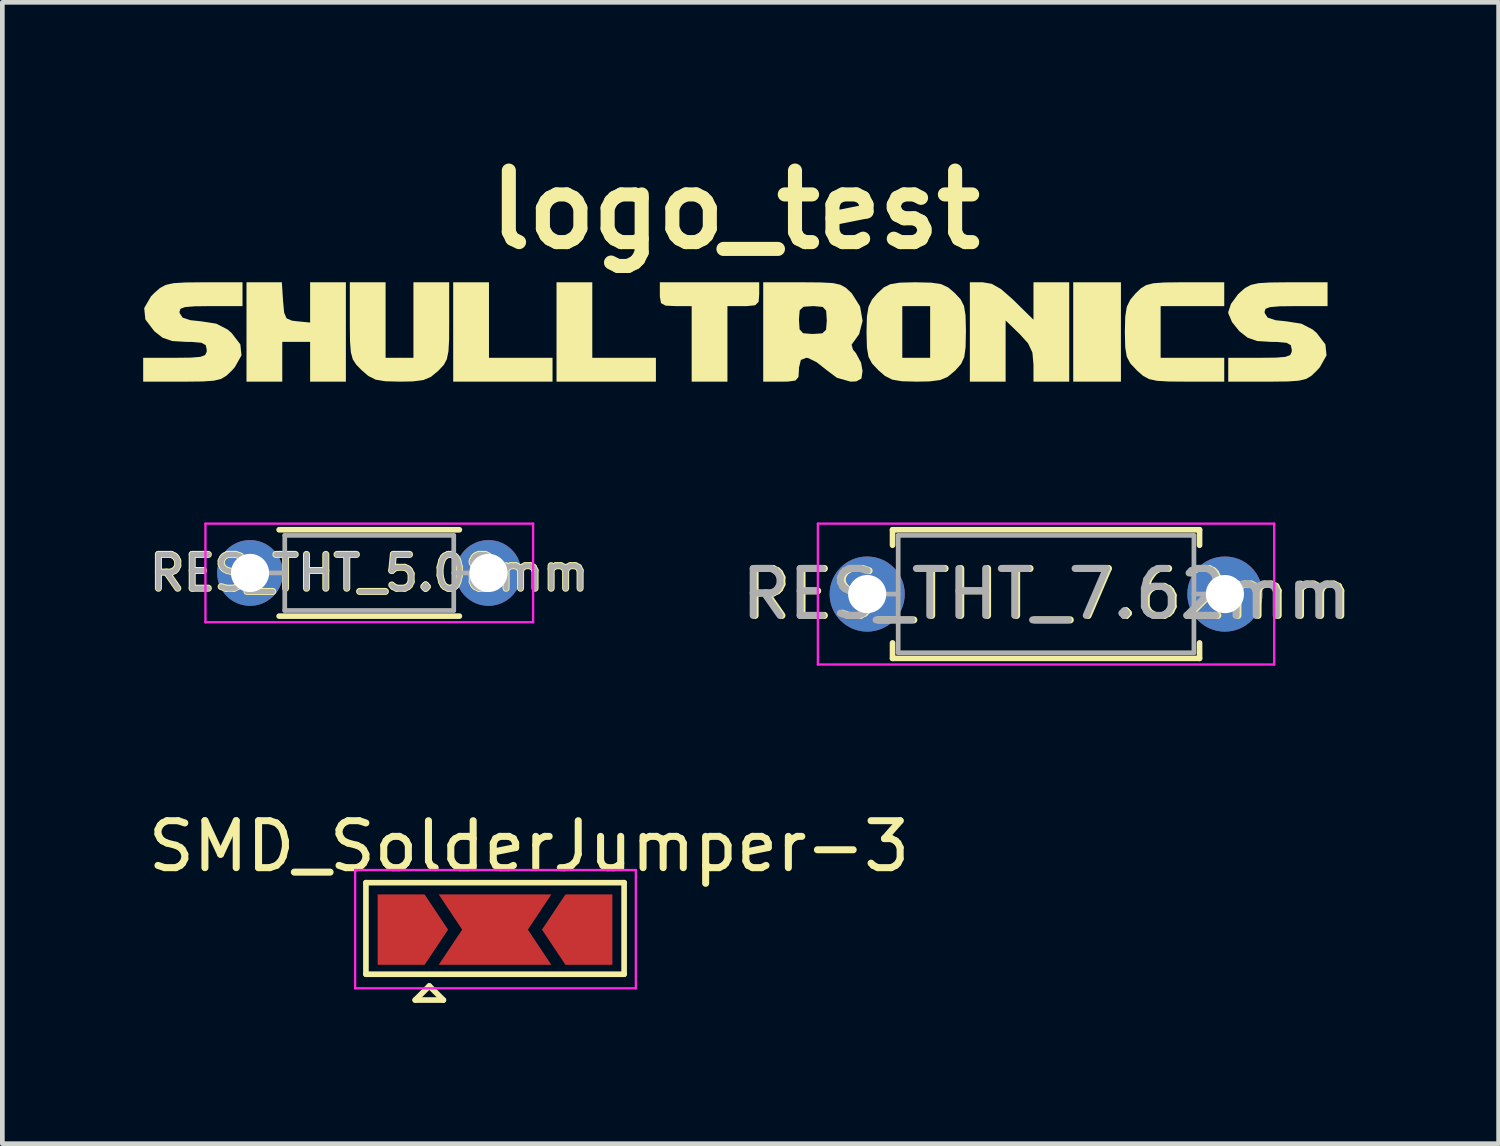
<source format=kicad_pcb>
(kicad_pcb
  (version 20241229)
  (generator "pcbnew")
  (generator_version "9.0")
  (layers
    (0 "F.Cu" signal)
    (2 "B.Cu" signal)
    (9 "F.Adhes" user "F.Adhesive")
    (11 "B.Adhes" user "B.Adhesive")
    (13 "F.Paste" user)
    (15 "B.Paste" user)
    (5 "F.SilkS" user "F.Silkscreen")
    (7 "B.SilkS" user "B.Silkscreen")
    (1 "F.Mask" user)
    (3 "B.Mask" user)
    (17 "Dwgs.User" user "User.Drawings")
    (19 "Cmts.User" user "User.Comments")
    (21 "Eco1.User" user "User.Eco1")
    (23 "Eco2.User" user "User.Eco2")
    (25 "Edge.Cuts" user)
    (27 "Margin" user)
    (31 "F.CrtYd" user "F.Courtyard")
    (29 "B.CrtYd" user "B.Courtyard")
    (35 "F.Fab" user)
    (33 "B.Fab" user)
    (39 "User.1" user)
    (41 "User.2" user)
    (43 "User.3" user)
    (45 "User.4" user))
  (footprint "SMD_SolderJumper-3"
    (layer "F.Cu")
    (at 7.495 16.753)
    (property "Reference" "SMD_SolderJumper-3" (at 0.725 -1.775 0) (layer "F.SilkS") (effects (font (size 1 1) (thickness 0.15))))
    (attr exclude_from_pos_files exclude_from_bom)
    (fp_line (start -2.75 -1) (end 2.75 -1) (stroke (width 0.12) (type solid)) (layer "F.SilkS"))
    (fp_line (start -2.75 0.95) (end -2.75 -1) (stroke (width 0.12) (type solid)) (layer "F.SilkS"))
    (fp_line (start -1.7 1.5) (end -1.1 1.5) (stroke (width 0.12) (type solid)) (layer "F.SilkS"))
    (fp_line (start -1.4 1.2) (end -1.7 1.5) (stroke (width 0.12) (type solid)) (layer "F.SilkS"))
    (fp_line (start -1.1 1.5) (end -1.4 1.2) (stroke (width 0.12) (type solid)) (layer "F.SilkS"))
    (fp_line (start 2.75 -1) (end 2.75 0.95) (stroke (width 0.12) (type solid)) (layer "F.SilkS"))
    (fp_line (start 2.75 0.95) (end -2.75 0.95) (stroke (width 0.12) (type solid)) (layer "F.SilkS"))
    (fp_line (start -2.98 -1.27) (end -2.98 1.25) (stroke (width 0.05) (type solid)) (layer "F.CrtYd"))
    (fp_line (start -2.98 -1.27) (end 3 -1.27) (stroke (width 0.05) (type solid)) (layer "F.CrtYd"))
    (fp_line (start 3 1.25) (end -2.98 1.25) (stroke (width 0.05) (type solid)) (layer "F.CrtYd"))
    (fp_line (start 3 1.25) (end 3 -1.27) (stroke (width 0.05) (type solid)) (layer "F.CrtYd"))
    (pad "" smd rect (at -1.2 0) (size 1.5 1.5) (layers "F.Mask"))
    (pad "" smd rect (at 1.2 0) (size 1.5 1.5) (layers "F.Mask"))
    (pad "1" smd custom (at -2 0) (size 0.3 0.3) (layers "F.Cu" "F.Mask") (options (anchor rect)) (primitives (gr_poly (pts (xy 1 0) (xy 0.5 0.75) (xy -0.5 0.75) (xy -0.5 -0.75) (xy 0.5 -0.75)) (width 0) (fill yes))))
    (pad "2" smd custom (at 0 0) (size 0.3 0.3) (layers "F.Cu") (options (anchor rect)) (primitives (gr_poly (pts (xy 0.7 0) (xy 1.2 0.75) (xy -1.2 0.75) (xy -0.7 0) (xy -1.2 -0.75) (xy 1.2 -0.75)) (width 0) (fill yes))))
    (pad "3" smd custom (at 2 0 180) (size 0.3 0.3) (layers "F.Cu" "F.Mask") (options (anchor rect)) (primitives (gr_poly (pts (xy 1 0) (xy 0.5 0.75) (xy -0.5 0.75) (xy -0.5 -0.75) (xy 0.5 -0.75)) (width 0) (fill yes)))))
  (footprint "RES_THT_5.08mm"
    (layer "F.Cu")
    (at 2.276 9.155)
    (property "Reference" "RES_THT_5.08mm" (at 2.54 0 0) (layer "F.SilkS") (effects (font (size 0.72 0.72) (thickness 0.15))))
    (attr through_hole)
    (fp_line (start 0.62 -0.92) (end 4.46 -0.92) (stroke (width 0.12) (type solid)) (layer "F.SilkS"))
    (fp_line (start 0.62 0.92) (end 4.46 0.92) (stroke (width 0.12) (type solid)) (layer "F.SilkS"))
    (fp_line (start -0.95 -1.05) (end -0.95 1.05) (stroke (width 0.05) (type solid)) (layer "F.CrtYd"))
    (fp_line (start -0.95 1.05) (end 6.03 1.05) (stroke (width 0.05) (type solid)) (layer "F.CrtYd"))
    (fp_line (start 6.03 -1.05) (end -0.95 -1.05) (stroke (width 0.05) (type solid)) (layer "F.CrtYd"))
    (fp_line (start 6.03 1.05) (end 6.03 -1.05) (stroke (width 0.05) (type solid)) (layer "F.CrtYd"))
    (fp_line (start 0 0) (end 0.74 0) (stroke (width 0.1) (type solid)) (layer "F.Fab"))
    (fp_line (start 0.74 -0.8) (end 0.74 0.8) (stroke (width 0.1) (type solid)) (layer "F.Fab"))
    (fp_line (start 0.74 0.8) (end 4.34 0.8) (stroke (width 0.1) (type solid)) (layer "F.Fab"))
    (fp_line (start 4.34 -0.8) (end 0.74 -0.8) (stroke (width 0.1) (type solid)) (layer "F.Fab"))
    (fp_line (start 4.34 0.8) (end 4.34 -0.8) (stroke (width 0.1) (type solid)) (layer "F.Fab"))
    (fp_line (start 5.08 0) (end 4.34 0) (stroke (width 0.1) (type solid)) (layer "F.Fab"))
    (fp_text user "${REFERENCE}" (at 2.54 0 0) (layer "F.Fab") (effects (font (size 0.72 0.72) (thickness 0.108))))
    (pad "1" thru_hole circle (at 0 0) (size 1.4 1.4) (drill 0.813) (layers "*.Cu" "*.Mask"))
    (pad "2" thru_hole oval (at 5.08 0) (size 1.4 1.4) (drill 0.813) (layers "*.Cu" "*.Mask")))
  (footprint "RES_THT_7.62mm"
    (layer "F.Cu")
    (at 15.423 9.605)
    (property "Reference" "RES_THT_7.62mm" (at 3.85 0 0) (layer "F.SilkS") (effects (font (size 1 1) (thickness 0.15))))
    (attr through_hole)
    (fp_line (start 0.54 -1.37) (end 7.08 -1.37) (stroke (width 0.12) (type solid)) (layer "F.SilkS"))
    (fp_line (start 0.54 -1.04) (end 0.54 -1.37) (stroke (width 0.12) (type solid)) (layer "F.SilkS"))
    (fp_line (start 0.54 1.04) (end 0.54 1.37) (stroke (width 0.12) (type solid)) (layer "F.SilkS"))
    (fp_line (start 0.54 1.37) (end 7.08 1.37) (stroke (width 0.12) (type solid)) (layer "F.SilkS"))
    (fp_line (start 7.08 -1.37) (end 7.08 -1.04) (stroke (width 0.12) (type solid)) (layer "F.SilkS"))
    (fp_line (start 7.08 1.37) (end 7.08 1.04) (stroke (width 0.12) (type solid)) (layer "F.SilkS"))
    (fp_line (start -1.05 -1.5) (end -1.05 1.5) (stroke (width 0.05) (type solid)) (layer "F.CrtYd"))
    (fp_line (start -1.05 1.5) (end 8.67 1.5) (stroke (width 0.05) (type solid)) (layer "F.CrtYd"))
    (fp_line (start 8.67 -1.5) (end -1.05 -1.5) (stroke (width 0.05) (type solid)) (layer "F.CrtYd"))
    (fp_line (start 8.67 1.5) (end 8.67 -1.5) (stroke (width 0.05) (type solid)) (layer "F.CrtYd"))
    (fp_line (start 0 0) (end 0.66 0) (stroke (width 0.1) (type solid)) (layer "F.Fab"))
    (fp_line (start 0.66 -1.25) (end 0.66 1.25) (stroke (width 0.1) (type solid)) (layer "F.Fab"))
    (fp_line (start 0.66 1.25) (end 6.96 1.25) (stroke (width 0.1) (type solid)) (layer "F.Fab"))
    (fp_line (start 6.96 -1.25) (end 0.66 -1.25) (stroke (width 0.1) (type solid)) (layer "F.Fab"))
    (fp_line (start 6.96 1.25) (end 6.96 -1.25) (stroke (width 0.1) (type solid)) (layer "F.Fab"))
    (fp_line (start 7.62 0) (end 6.96 0) (stroke (width 0.1) (type solid)) (layer "F.Fab"))
    (fp_text user "${REFERENCE}" (at 3.81 0 0) (layer "F.Fab") (effects (font (size 1 1) (thickness 0.15))))
    (pad "1" thru_hole circle (at 0 0) (size 1.6 1.6) (drill 0.813) (layers "*.Cu" "*.Mask"))
    (pad "2" thru_hole oval (at 7.62 0) (size 1.6 1.6) (drill 0.813) (layers "*.Cu" "*.Mask")))
  (footprint "logo_test"
    (layer "F.Cu")
    (at 12.615 4.318)
    (property "Reference" "logo_test" (at 0 -2.9 0) (layer "F.SilkS") (effects (font (size 1.524 1.524) (thickness 0.3))))
    (attr board_only exclude_from_pos_files exclude_from_bom)
    (fp_poly (pts (xy 8.213 0.762) (xy 7.197 0.762) (xy 7.197 -1.355) (xy 8.213 -1.355)) (stroke (width 0) (type solid)) (fill yes) (layer "F.SilkS"))
    (fp_poly (pts (xy -5.249 0.254) (xy -3.895 0.254) (xy -3.895 0.762) (xy -6.011 0.762) (xy -6.011 -1.355) (xy -5.249 -1.355)) (stroke (width 0) (type solid)) (fill yes) (layer "F.SilkS"))
    (fp_poly (pts (xy -3.048 0.254) (xy -1.693 0.254) (xy -1.693 0.762) (xy -3.81 0.762) (xy -3.81 -1.355) (xy -3.048 -1.355)) (stroke (width 0) (type solid)) (fill yes) (layer "F.SilkS"))
    (fp_poly (pts (xy -9.635 -0.953) (xy -9.612 -0.709) (xy -9.561 -0.587) (xy -9.448 -0.538) (xy -9.335 -0.524) (xy -9.059 -0.497) (xy -9.059 -1.355) (xy -8.297 -1.355) (xy -8.297 0.762) (xy -9.059 0.762) (xy -9.059 -0.085) (xy -9.652 -0.085) (xy -9.652 0.762) (xy -10.414 0.762) (xy -10.414 -1.355) (xy -9.661 -1.355)) (stroke (width 0) (type solid)) (fill yes) (layer "F.SilkS"))
    (fp_poly (pts (xy 0.508 -1.101) (xy 0.495 -0.938) (xy 0.422 -0.865) (xy 0.242 -0.847) (xy 0.169 -0.847) (xy -0.169 -0.847) (xy -0.169 0.762) (xy -0.931 0.762) (xy -0.931 -0.847) (xy -1.27 -0.847) (xy -1.487 -0.857) (xy -1.584 -0.911) (xy -1.608 -1.046) (xy -1.609 -1.101) (xy -1.609 -1.355) (xy 0.508 -1.355)) (stroke (width 0) (type solid)) (fill yes) (layer "F.SilkS"))
    (fp_poly (pts (xy 5.461 -1.322) (xy 5.662 -1.208) (xy 5.915 -0.985) (xy 5.945 -0.956) (xy 6.35 -0.557) (xy 6.35 -1.355) (xy 7.112 -1.355) (xy 7.112 0.762) (xy 6.35 0.762) (xy 6.35 0.398) (xy 6.327 0.141) (xy 6.234 -0.056) (xy 6.054 -0.254) (xy 5.757 -0.541) (xy 5.757 0.762) (xy 4.995 0.762) (xy 4.995 -1.355) (xy 5.268 -1.355)) (stroke (width 0) (type solid)) (fill yes) (layer "F.SilkS"))
    (fp_poly (pts (xy -7.451 0.254) (xy -6.858 0.254) (xy -6.858 -1.355) (xy -6.096 -1.355) (xy -6.096 -0.524) (xy -6.098 -0.14) (xy -6.112 0.116) (xy -6.146 0.282) (xy -6.208 0.401) (xy -6.309 0.511) (xy -6.333 0.534) (xy -6.485 0.66) (xy -6.645 0.728) (xy -6.872 0.757) (xy -7.139 0.762) (xy -7.457 0.754) (xy -7.665 0.719) (xy -7.82 0.64) (xy -7.959 0.52) (xy -8.076 0.401) (xy -8.15 0.286) (xy -8.191 0.135) (xy -8.209 -0.093) (xy -8.213 -0.44) (xy -8.213 -0.538) (xy -8.213 -1.355) (xy -7.451 -1.355)) (stroke (width 0) (type solid)) (fill yes) (layer "F.SilkS"))
    (fp_poly (pts (xy 10.414 -0.847) (xy 9.059 -0.847) (xy 9.059 0.254) (xy 10.414 0.254) (xy 10.414 0.762) (xy 9.609 0.762) (xy 9.23 0.759) (xy 8.979 0.744) (xy 8.811 0.707) (xy 8.686 0.639) (xy 8.56 0.529) (xy 8.551 0.52) (xy 8.414 0.375) (xy 8.338 0.231) (xy 8.305 0.033) (xy 8.297 -0.275) (xy 8.297 -0.301) (xy 8.305 -0.624) (xy 8.339 -0.835) (xy 8.415 -0.988) (xy 8.525 -1.117) (xy 8.638 -1.226) (xy 8.752 -1.296) (xy 8.906 -1.334) (xy 9.142 -1.351) (xy 9.498 -1.355) (xy 9.583 -1.355) (xy 10.414 -1.355)) (stroke (width 0) (type solid)) (fill yes) (layer "F.SilkS"))
    (fp_poly (pts (xy 4.169 -1.347) (xy 4.382 -1.316) (xy 4.535 -1.244) (xy 4.673 -1.127) (xy 4.799 -0.991) (xy 4.87 -0.85) (xy 4.903 -0.651) (xy 4.911 -0.342) (xy 4.911 -0.296) (xy 4.904 0.029) (xy 4.876 0.238) (xy 4.81 0.383) (xy 4.691 0.517) (xy 4.673 0.534) (xy 4.522 0.66) (xy 4.361 0.728) (xy 4.134 0.757) (xy 3.868 0.762) (xy 3.549 0.754) (xy 3.342 0.719) (xy 3.186 0.64) (xy 3.047 0.52) (xy 2.911 0.375) (xy 2.847 0.254) (xy 3.556 0.254) (xy 4.149 0.254) (xy 4.149 -0.847) (xy 3.556 -0.847) (xy 3.556 0.254) (xy 2.847 0.254) (xy 2.835 0.231) (xy 2.802 0.033) (xy 2.794 -0.275) (xy 2.794 -0.301) (xy 2.802 -0.624) (xy 2.836 -0.835) (xy 2.911 -0.988) (xy 3.022 -1.117) (xy 3.159 -1.244) (xy 3.302 -1.315) (xy 3.504 -1.347) (xy 3.818 -1.355) (xy 3.842 -1.355)) (stroke (width 0) (type solid)) (fill yes) (layer "F.SilkS"))
    (fp_poly (pts (xy -10.499 -0.847) (xy -11.182 -0.847) (xy -11.522 -0.843) (xy -11.724 -0.826) (xy -11.82 -0.79) (xy -11.841 -0.727) (xy -11.838 -0.699) (xy -11.775 -0.602) (xy -11.609 -0.547) (xy -11.387 -0.524) (xy -11.057 -0.473) (xy -10.817 -0.349) (xy -10.732 -0.275) (xy -10.545 -0.032) (xy -10.521 0.202) (xy -10.66 0.45) (xy -10.726 0.525) (xy -10.839 0.634) (xy -10.953 0.703) (xy -11.108 0.741) (xy -11.343 0.758) (xy -11.7 0.762) (xy -11.785 0.762) (xy -12.615 0.762) (xy -12.615 0.254) (xy -11.938 0.254) (xy -11.601 0.25) (xy -11.398 0.234) (xy -11.297 0.197) (xy -11.263 0.129) (xy -11.261 0.085) (xy -11.282 -0.015) (xy -11.374 -0.066) (xy -11.577 -0.084) (xy -11.701 -0.085) (xy -11.998 -0.103) (xy -12.202 -0.174) (xy -12.378 -0.312) (xy -12.569 -0.564) (xy -12.593 -0.805) (xy -12.45 -1.053) (xy -12.378 -1.127) (xy -12.257 -1.233) (xy -12.134 -1.299) (xy -11.967 -1.336) (xy -11.716 -1.351) (xy -11.338 -1.355) (xy -11.32 -1.355) (xy -10.499 -1.355)) (stroke (width 0) (type solid)) (fill yes) (layer "F.SilkS"))
    (fp_poly (pts (xy 12.615 -0.847) (xy 11.932 -0.847) (xy 11.592 -0.843) (xy 11.39 -0.826) (xy 11.294 -0.79) (xy 11.273 -0.727) (xy 11.276 -0.699) (xy 11.339 -0.602) (xy 11.505 -0.547) (xy 11.727 -0.524) (xy 12.057 -0.473) (xy 12.297 -0.349) (xy 12.383 -0.275) (xy 12.569 -0.032) (xy 12.593 0.202) (xy 12.454 0.45) (xy 12.388 0.525) (xy 12.275 0.634) (xy 12.161 0.703) (xy 12.006 0.741) (xy 11.771 0.758) (xy 11.414 0.762) (xy 11.329 0.762) (xy 10.499 0.762) (xy 10.499 0.254) (xy 11.176 0.254) (xy 11.513 0.25) (xy 11.716 0.234) (xy 11.817 0.197) (xy 11.851 0.129) (xy 11.853 0.085) (xy 11.832 -0.015) (xy 11.74 -0.066) (xy 11.537 -0.084) (xy 11.413 -0.085) (xy 11.116 -0.103) (xy 10.912 -0.174) (xy 10.736 -0.312) (xy 10.58 -0.506) (xy 10.501 -0.691) (xy 10.499 -0.72) (xy 10.557 -0.894) (xy 10.702 -1.092) (xy 10.736 -1.127) (xy 10.857 -1.233) (xy 10.98 -1.299) (xy 11.147 -1.336) (xy 11.398 -1.351) (xy 11.776 -1.355) (xy 11.794 -1.355) (xy 12.615 -1.355)) (stroke (width 0) (type solid)) (fill yes) (layer "F.SilkS"))
    (fp_poly (pts (xy 1.808 -1.352) (xy 2.063 -1.339) (xy 2.23 -1.305) (xy 2.348 -1.242) (xy 2.458 -1.141) (xy 2.482 -1.117) (xy 2.656 -0.84) (xy 2.71 -0.533) (xy 2.637 -0.251) (xy 2.569 -0.155) (xy 2.476 -0.026) (xy 2.505 0.079) (xy 2.569 0.155) (xy 2.678 0.359) (xy 2.709 0.536) (xy 2.685 0.697) (xy 2.576 0.756) (xy 2.455 0.762) (xy 2.161 0.679) (xy 1.934 0.508) (xy 1.734 0.35) (xy 1.555 0.261) (xy 1.511 0.254) (xy 1.395 0.3) (xy 1.355 0.465) (xy 1.355 0.508) (xy 1.344 0.664) (xy 1.28 0.738) (xy 1.117 0.761) (xy 0.974 0.762) (xy 0.593 0.762) (xy 0.593 -0.55) (xy 1.355 -0.55) (xy 1.368 -0.352) (xy 1.442 -0.27) (xy 1.628 -0.254) (xy 1.651 -0.254) (xy 1.85 -0.267) (xy 1.931 -0.341) (xy 1.947 -0.528) (xy 1.947 -0.55) (xy 1.934 -0.749) (xy 1.86 -0.83) (xy 1.674 -0.847) (xy 1.651 -0.847) (xy 1.452 -0.834) (xy 1.371 -0.76) (xy 1.355 -0.573) (xy 1.355 -0.55) (xy 0.593 -0.55) (xy 0.593 -1.355) (xy 1.423 -1.355)) (stroke (width 0) (type solid)) (fill yes) (layer "F.SilkS")))
  (gr_rect
    (start -3 -3)
    (end 28.874 21.313)
    (stroke (width 0.1) (type default))
    (fill no)
    (layer "Edge.Cuts")))
</source>
